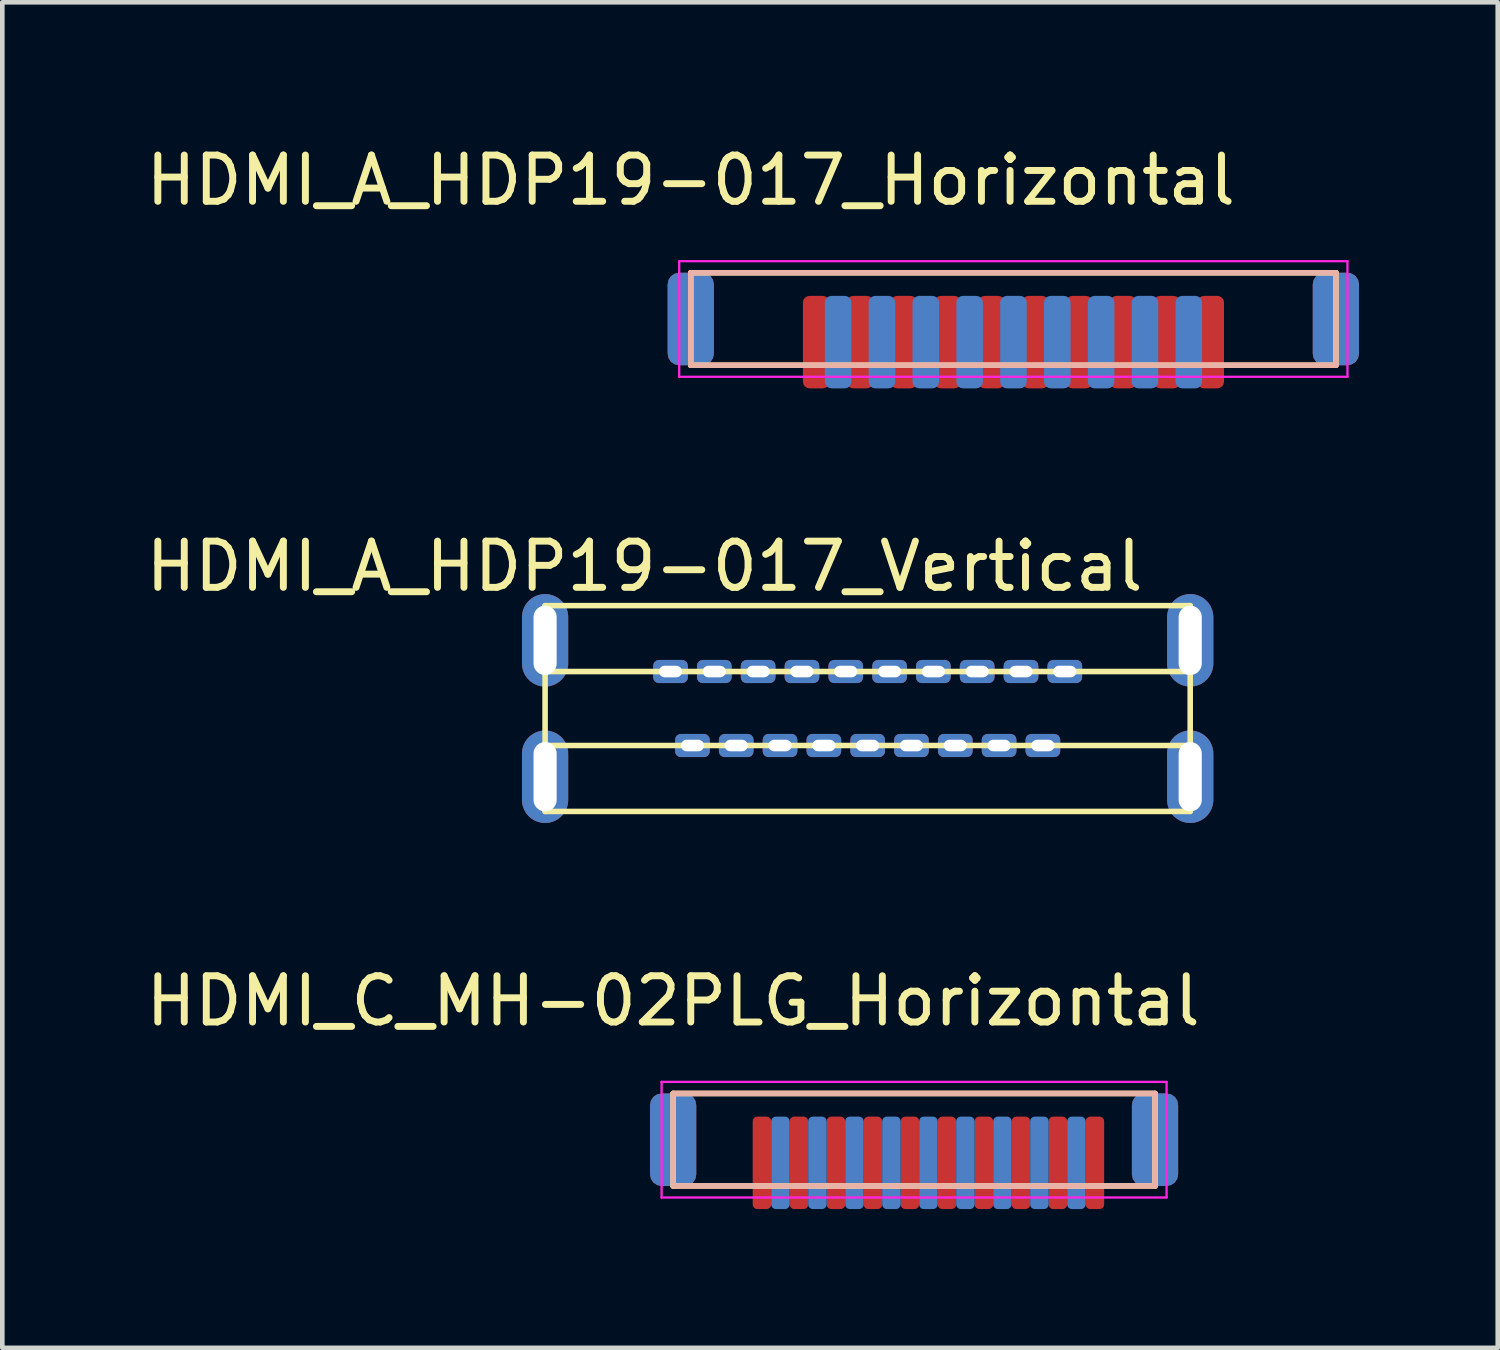
<source format=kicad_pcb>
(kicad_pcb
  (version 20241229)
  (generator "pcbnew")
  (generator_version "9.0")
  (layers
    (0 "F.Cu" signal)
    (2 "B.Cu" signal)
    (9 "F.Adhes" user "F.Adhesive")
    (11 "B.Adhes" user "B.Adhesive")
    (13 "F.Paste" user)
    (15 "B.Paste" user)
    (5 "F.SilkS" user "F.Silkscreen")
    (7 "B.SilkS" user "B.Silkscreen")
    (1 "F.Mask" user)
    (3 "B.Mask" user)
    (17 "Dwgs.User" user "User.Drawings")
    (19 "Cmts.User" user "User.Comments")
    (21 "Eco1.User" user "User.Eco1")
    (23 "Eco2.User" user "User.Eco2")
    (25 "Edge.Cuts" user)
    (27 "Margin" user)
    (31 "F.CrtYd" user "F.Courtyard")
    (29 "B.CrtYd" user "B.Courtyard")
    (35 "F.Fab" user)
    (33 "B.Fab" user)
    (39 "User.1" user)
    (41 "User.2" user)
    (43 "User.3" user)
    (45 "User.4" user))
  (footprint "HDMI_A_HDP19-017_Horizontal"
    (layer "F.Cu")
    (at 11.887 2.848)
    (property "Reference" "HDMI_A_HDP19-017_Horizontal" (at 0 -2 0) (layer "F.SilkS") (effects (font (size 1 1) (thickness 0.15))))
    (attr through_hole)
    (fp_line (start 0 0) (end 0 2) (stroke (width 0.12) (type solid)) (layer "F.SilkS"))
    (fp_line (start 0 2) (end 13.95 2) (stroke (width 0.12) (type solid)) (layer "F.SilkS"))
    (fp_line (start 13.95 0) (end 0 0) (stroke (width 0.12) (type solid)) (layer "F.SilkS"))
    (fp_line (start 13.95 2) (end 13.95 0) (stroke (width 0.12) (type solid)) (layer "F.SilkS"))
    (fp_line (start 0 0) (end 0 2) (stroke (width 0.12) (type solid)) (layer "B.SilkS"))
    (fp_line (start 0 2) (end 13.95 2) (stroke (width 0.12) (type solid)) (layer "B.SilkS"))
    (fp_line (start 13.95 0) (end 0 0) (stroke (width 0.12) (type solid)) (layer "B.SilkS"))
    (fp_line (start 13.95 2) (end 13.95 0) (stroke (width 0.12) (type solid)) (layer "B.SilkS"))
    (fp_line (start -0.25 -0.25) (end -0.25 2.25) (stroke (width 0.05) (type solid)) (layer "F.CrtYd"))
    (fp_line (start -0.25 2.25) (end 14.2 2.25) (stroke (width 0.05) (type solid)) (layer "F.CrtYd"))
    (fp_line (start 14.2 -0.25) (end -0.25 -0.25) (stroke (width 0.05) (type solid)) (layer "F.CrtYd"))
    (fp_line (start 14.2 2.25) (end 14.2 -0.25) (stroke (width 0.05) (type solid)) (layer "F.CrtYd"))
    (pad "1" smd roundrect (at 11.244 1.5) (size 0.574 2) (layers "F.Cu" "F.Mask" "F.Paste") (roundrect_rratio 0.25))
    (pad "2" smd roundrect (at 10.77 1.5) (size 0.574 2) (layers "B.Cu" "B.Mask" "B.Paste") (roundrect_rratio 0.25))
    (pad "3" smd roundrect (at 10.296 1.5) (size 0.574 2) (layers "F.Cu" "F.Mask" "F.Paste") (roundrect_rratio 0.25))
    (pad "4" smd roundrect (at 9.822 1.5) (size 0.574 2) (layers "B.Cu" "B.Mask" "B.Paste") (roundrect_rratio 0.25))
    (pad "5" smd roundrect (at 9.348 1.5) (size 0.574 2) (layers "F.Cu" "F.Mask" "F.Paste") (roundrect_rratio 0.25))
    (pad "6" smd roundrect (at 8.874 1.5) (size 0.574 2) (layers "B.Cu" "B.Mask" "B.Paste") (roundrect_rratio 0.25))
    (pad "7" smd roundrect (at 8.4 1.5) (size 0.574 2) (layers "F.Cu" "F.Mask" "F.Paste") (roundrect_rratio 0.25))
    (pad "8" smd roundrect (at 7.926 1.5) (size 0.574 2) (layers "B.Cu" "B.Mask" "B.Paste") (roundrect_rratio 0.25))
    (pad "9" smd roundrect (at 7.452 1.5) (size 0.574 2) (layers "F.Cu" "F.Mask" "F.Paste") (roundrect_rratio 0.25))
    (pad "10" smd roundrect (at 6.978 1.5) (size 0.574 2) (layers "B.Cu" "B.Mask" "B.Paste") (roundrect_rratio 0.25))
    (pad "11" smd roundrect (at 6.504 1.5) (size 0.574 2) (layers "F.Cu" "F.Mask" "F.Paste") (roundrect_rratio 0.25))
    (pad "12" smd roundrect (at 6.03 1.5) (size 0.574 2) (layers "B.Cu" "B.Mask" "B.Paste") (roundrect_rratio 0.25))
    (pad "13" smd roundrect (at 5.556 1.5) (size 0.574 2) (layers "F.Cu" "F.Mask" "F.Paste") (roundrect_rratio 0.25))
    (pad "14" smd roundrect (at 5.082 1.5) (size 0.574 2) (layers "B.Cu" "B.Mask" "B.Paste") (roundrect_rratio 0.25))
    (pad "15" smd roundrect (at 4.608 1.5) (size 0.574 2) (layers "F.Cu" "F.Mask" "F.Paste") (roundrect_rratio 0.25))
    (pad "16" smd roundrect (at 4.134 1.5) (size 0.574 2) (layers "B.Cu" "B.Mask" "B.Paste") (roundrect_rratio 0.25))
    (pad "17" smd roundrect (at 3.66 1.5) (size 0.574 2) (layers "F.Cu" "F.Mask" "F.Paste") (roundrect_rratio 0.25))
    (pad "18" smd roundrect (at 3.186 1.5) (size 0.574 2) (layers "B.Cu" "B.Mask" "B.Paste") (roundrect_rratio 0.25))
    (pad "19" smd roundrect (at 2.712 1.5) (size 0.574 2) (layers "F.Cu" "F.Mask" "F.Paste") (roundrect_rratio 0.25))
    (pad "SH" smd roundrect (at 0 1) (size 1 2) (layers "F.Cu" "F.Mask" "F.Paste") (roundrect_rratio 0.25))
    (pad "SH" smd roundrect (at 0 1) (size 1 2) (layers "B.Cu" "B.Mask" "B.Paste") (roundrect_rratio 0.25))
    (pad "SH" smd roundrect (at 13.95 1) (size 1 2) (layers "F.Cu" "F.Mask" "F.Paste") (roundrect_rratio 0.25))
    (pad "SH" smd roundrect (at 13.95 1) (size 1 2) (layers "B.Cu" "B.Mask" "B.Paste") (roundrect_rratio 0.25)))
  (footprint "HDMI_A_HDP19-017_Vertical"
    (layer "F.Cu")
    (at 8.737 10.046)
    (property "Reference" "HDMI_A_HDP19-017_Vertical" (at 2.15 -0.85 0) (layer "F.SilkS") (effects (font (size 1 1) (thickness 0.15))))
    (attr through_hole)
    (fp_line (start 0 0) (end 0 4.45) (stroke (width 0.12) (type solid)) (layer "F.SilkS"))
    (fp_line (start 0 1.425) (end 13.95 1.425) (stroke (width 0.12) (type solid)) (layer "F.SilkS"))
    (fp_line (start 0 3.025) (end 13.95 3.025) (stroke (width 0.12) (type solid)) (layer "F.SilkS"))
    (fp_line (start 0 4.45) (end 13.95 4.45) (stroke (width 0.12) (type solid)) (layer "F.SilkS"))
    (fp_line (start 13.95 0) (end 0 0) (stroke (width 0.12) (type solid)) (layer "F.SilkS"))
    (fp_line (start 13.95 4.45) (end 13.95 0) (stroke (width 0.12) (type solid)) (layer "F.SilkS"))
    (pad "" thru_hole oval (at 0 0.75) (size 1 2) (drill oval 0.5 1.5) (layers "*.Cu" "*.Mask"))
    (pad "" thru_hole oval (at 0 3.7) (size 1 2) (drill oval 0.5 1.5) (layers "*.Cu" "*.Mask"))
    (pad "" thru_hole oval (at 13.95 0.75) (size 1 2) (drill oval 0.5 1.5) (layers "*.Cu" "*.Mask"))
    (pad "" thru_hole oval (at 13.95 3.7) (size 1 2) (drill oval 0.5 1.5) (layers "*.Cu" "*.Mask"))
    (pad "1" thru_hole roundrect (at 2.712 1.425 90) (size 0.5 0.75) (drill oval 0.25 0.5) (layers "*.Cu" "*.Mask") (roundrect_rratio 0.25))
    (pad "2" thru_hole roundrect (at 3.186 3.025 90) (size 0.5 0.75) (drill oval 0.25 0.5) (layers "*.Cu" "*.Mask") (roundrect_rratio 0.25))
    (pad "3" thru_hole roundrect (at 3.659 1.425 90) (size 0.5 0.75) (drill oval 0.25 0.5) (layers "*.Cu" "*.Mask") (roundrect_rratio 0.25))
    (pad "4" thru_hole roundrect (at 4.133 3.025 90) (size 0.5 0.75) (drill oval 0.25 0.5) (layers "*.Cu" "*.Mask") (roundrect_rratio 0.25))
    (pad "5" thru_hole roundrect (at 4.607 1.425 90) (size 0.5 0.75) (drill oval 0.25 0.5) (layers "*.Cu" "*.Mask") (roundrect_rratio 0.25))
    (pad "6" thru_hole roundrect (at 5.08 3.025 90) (size 0.5 0.75) (drill oval 0.25 0.5) (layers "*.Cu" "*.Mask") (roundrect_rratio 0.25))
    (pad "7" thru_hole roundrect (at 5.554 1.425 90) (size 0.5 0.75) (drill oval 0.25 0.5) (layers "*.Cu" "*.Mask") (roundrect_rratio 0.25))
    (pad "8" thru_hole roundrect (at 6.028 3.025 90) (size 0.5 0.75) (drill oval 0.25 0.5) (layers "*.Cu" "*.Mask") (roundrect_rratio 0.25))
    (pad "9" thru_hole roundrect (at 6.501 1.425 90) (size 0.5 0.75) (drill oval 0.25 0.5) (layers "*.Cu" "*.Mask") (roundrect_rratio 0.25))
    (pad "10" thru_hole roundrect (at 6.975 3.025 90) (size 0.5 0.75) (drill oval 0.25 0.5) (layers "*.Cu" "*.Mask") (roundrect_rratio 0.25))
    (pad "11" thru_hole roundrect (at 7.449 1.425 90) (size 0.5 0.75) (drill oval 0.25 0.5) (layers "*.Cu" "*.Mask") (roundrect_rratio 0.25))
    (pad "12" thru_hole roundrect (at 7.922 3.025 90) (size 0.5 0.75) (drill oval 0.25 0.5) (layers "*.Cu" "*.Mask") (roundrect_rratio 0.25))
    (pad "13" thru_hole roundrect (at 8.396 1.425 90) (size 0.5 0.75) (drill oval 0.25 0.5) (layers "*.Cu" "*.Mask") (roundrect_rratio 0.25))
    (pad "14" thru_hole roundrect (at 8.87 3.025 90) (size 0.5 0.75) (drill oval 0.25 0.5) (layers "*.Cu" "*.Mask") (roundrect_rratio 0.25))
    (pad "15" thru_hole roundrect (at 9.343 1.425 90) (size 0.5 0.75) (drill oval 0.25 0.5) (layers "*.Cu" "*.Mask") (roundrect_rratio 0.25))
    (pad "16" thru_hole roundrect (at 9.817 3.025 90) (size 0.5 0.75) (drill oval 0.25 0.5) (layers "*.Cu" "*.Mask") (roundrect_rratio 0.25))
    (pad "17" thru_hole roundrect (at 10.291 1.425 90) (size 0.5 0.75) (drill oval 0.25 0.5) (layers "*.Cu" "*.Mask") (roundrect_rratio 0.25))
    (pad "18" thru_hole roundrect (at 10.764 3.025 90) (size 0.5 0.75) (drill oval 0.25 0.5) (layers "*.Cu" "*.Mask") (roundrect_rratio 0.25))
    (pad "19" thru_hole roundrect (at 11.238 1.425 90) (size 0.5 0.75) (drill oval 0.25 0.5) (layers "*.Cu" "*.Mask") (roundrect_rratio 0.25)))
  (footprint "HDMI_C_MH-02PLG_Horizontal"
    (layer "F.Cu")
    (at 11.506 20.595)
    (property "Reference" "HDMI_C_MH-02PLG_Horizontal" (at 0 -2 0) (layer "F.SilkS") (effects (font (size 1 1) (thickness 0.15))))
    (attr through_hole)
    (fp_line (start 0 0) (end 0 2) (stroke (width 0.12) (type solid)) (layer "F.SilkS"))
    (fp_line (start 0 2) (end 10.42 2) (stroke (width 0.12) (type solid)) (layer "F.SilkS"))
    (fp_line (start 10.42 0) (end 0 0) (stroke (width 0.12) (type solid)) (layer "F.SilkS"))
    (fp_line (start 10.42 2) (end 10.42 0) (stroke (width 0.12) (type solid)) (layer "F.SilkS"))
    (fp_line (start 0 0) (end 0 2) (stroke (width 0.12) (type solid)) (layer "B.SilkS"))
    (fp_line (start 0 2) (end 10.42 2) (stroke (width 0.12) (type solid)) (layer "B.SilkS"))
    (fp_line (start 10.42 0) (end 0 0) (stroke (width 0.12) (type solid)) (layer "B.SilkS"))
    (fp_line (start 10.42 2) (end 10.42 0) (stroke (width 0.12) (type solid)) (layer "B.SilkS"))
    (fp_line (start -0.25 -0.25) (end -0.25 2.25) (stroke (width 0.05) (type solid)) (layer "F.CrtYd"))
    (fp_line (start -0.25 2.25) (end 10.67 2.25) (stroke (width 0.05) (type solid)) (layer "F.CrtYd"))
    (fp_line (start 10.67 -0.25) (end -0.25 -0.25) (stroke (width 0.05) (type solid)) (layer "F.CrtYd"))
    (fp_line (start 10.67 2.25) (end 10.67 -0.25) (stroke (width 0.05) (type solid)) (layer "F.CrtYd"))
    (pad "1" smd roundrect (at 9.12 1.5) (size 0.4 2) (layers "F.Cu" "F.Mask" "F.Paste") (roundrect_rratio 0.25))
    (pad "2" smd roundrect (at 8.72 1.5) (size 0.4 2) (layers "B.Cu" "B.Mask" "B.Paste") (roundrect_rratio 0.25))
    (pad "3" smd roundrect (at 8.32 1.5) (size 0.4 2) (layers "F.Cu" "F.Mask" "F.Paste") (roundrect_rratio 0.25))
    (pad "4" smd roundrect (at 7.92 1.5) (size 0.4 2) (layers "B.Cu" "B.Mask" "B.Paste") (roundrect_rratio 0.25))
    (pad "5" smd roundrect (at 7.52 1.5) (size 0.4 2) (layers "F.Cu" "F.Mask" "F.Paste") (roundrect_rratio 0.25))
    (pad "6" smd roundrect (at 7.12 1.5) (size 0.4 2) (layers "B.Cu" "B.Mask" "B.Paste") (roundrect_rratio 0.25))
    (pad "7" smd roundrect (at 6.72 1.5) (size 0.4 2) (layers "F.Cu" "F.Mask" "F.Paste") (roundrect_rratio 0.25))
    (pad "8" smd roundrect (at 6.32 1.5) (size 0.4 2) (layers "B.Cu" "B.Mask" "B.Paste") (roundrect_rratio 0.25))
    (pad "9" smd roundrect (at 5.92 1.5) (size 0.4 2) (layers "F.Cu" "F.Mask" "F.Paste") (roundrect_rratio 0.25))
    (pad "10" smd roundrect (at 5.52 1.5) (size 0.4 2) (layers "B.Cu" "B.Mask" "B.Paste") (roundrect_rratio 0.25))
    (pad "11" smd roundrect (at 5.12 1.5) (size 0.4 2) (layers "F.Cu" "F.Mask" "F.Paste") (roundrect_rratio 0.25))
    (pad "12" smd roundrect (at 4.72 1.5) (size 0.4 2) (layers "B.Cu" "B.Mask" "B.Paste") (roundrect_rratio 0.25))
    (pad "13" smd roundrect (at 4.32 1.5) (size 0.4 2) (layers "F.Cu" "F.Mask" "F.Paste") (roundrect_rratio 0.25))
    (pad "14" smd roundrect (at 3.92 1.5) (size 0.4 2) (layers "B.Cu" "B.Mask" "B.Paste") (roundrect_rratio 0.25))
    (pad "15" smd roundrect (at 3.52 1.5) (size 0.4 2) (layers "F.Cu" "F.Mask" "F.Paste") (roundrect_rratio 0.25))
    (pad "16" smd roundrect (at 3.12 1.5) (size 0.4 2) (layers "B.Cu" "B.Mask" "B.Paste") (roundrect_rratio 0.25))
    (pad "17" smd roundrect (at 2.72 1.5) (size 0.4 2) (layers "F.Cu" "F.Mask" "F.Paste") (roundrect_rratio 0.25))
    (pad "18" smd roundrect (at 2.32 1.5) (size 0.4 2) (layers "B.Cu" "B.Mask" "B.Paste") (roundrect_rratio 0.25))
    (pad "19" smd roundrect (at 1.92 1.5) (size 0.4 2) (layers "F.Cu" "F.Mask" "F.Paste") (roundrect_rratio 0.25))
    (pad "SH" smd roundrect (at 0 1) (size 1 2) (layers "F.Cu" "F.Mask" "F.Paste") (roundrect_rratio 0.25))
    (pad "SH" smd roundrect (at 0 1) (size 1 2) (layers "B.Cu" "B.Mask" "B.Paste") (roundrect_rratio 0.25))
    (pad "SH" smd roundrect (at 10.42 1) (size 1 2) (layers "F.Cu" "F.Mask" "F.Paste") (roundrect_rratio 0.25))
    (pad "SH" smd roundrect (at 10.42 1) (size 1 2) (layers "B.Cu" "B.Mask" "B.Paste") (roundrect_rratio 0.25)))
  (gr_rect
    (start -3 -3)
    (end 29.337 26.095)
    (stroke (width 0.1) (type default))
    (fill no)
    (layer "Edge.Cuts")))
</source>
